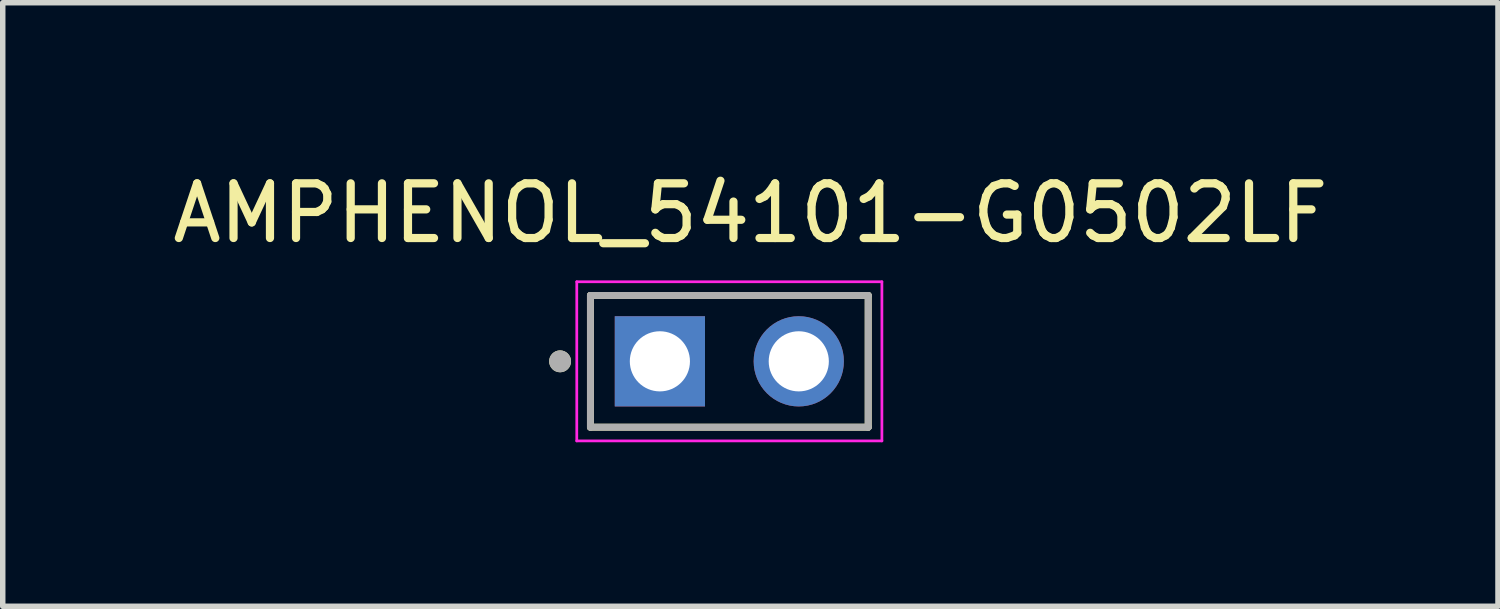
<source format=kicad_pcb>
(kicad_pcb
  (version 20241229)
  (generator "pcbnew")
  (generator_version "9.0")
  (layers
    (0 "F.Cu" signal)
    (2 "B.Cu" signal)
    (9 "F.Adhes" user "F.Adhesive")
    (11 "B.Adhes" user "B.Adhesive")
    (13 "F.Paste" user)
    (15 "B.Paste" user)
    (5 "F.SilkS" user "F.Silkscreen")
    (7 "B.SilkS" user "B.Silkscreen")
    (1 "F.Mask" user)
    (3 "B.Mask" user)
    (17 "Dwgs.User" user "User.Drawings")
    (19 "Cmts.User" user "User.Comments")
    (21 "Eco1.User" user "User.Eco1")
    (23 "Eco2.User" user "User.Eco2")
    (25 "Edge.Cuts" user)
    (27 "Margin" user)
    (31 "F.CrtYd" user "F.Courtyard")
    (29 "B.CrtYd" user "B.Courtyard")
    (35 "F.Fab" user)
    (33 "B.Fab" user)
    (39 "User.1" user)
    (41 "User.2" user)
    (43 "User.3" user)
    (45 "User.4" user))
  (footprint "AMPHENOL_54101-G0502LF"
    (layer "F.Cu")
    (at 10.288 3.558)
    (property "Reference" "AMPHENOL_54101-G0502LF" (at 0.385 -2.71 0) (layer "F.SilkS") (effects (font (size 1 1) (thickness 0.15))))
    (attr through_hole)
    (fp_line (start -2.54 -1.205) (end -2.54 1.205) (stroke (width 0.127) (type solid)) (layer "F.SilkS"))
    (fp_line (start -2.54 1.205) (end 2.54 1.205) (stroke (width 0.127) (type solid)) (layer "F.SilkS"))
    (fp_line (start 2.54 -1.205) (end -2.54 -1.205) (stroke (width 0.127) (type solid)) (layer "F.SilkS"))
    (fp_line (start 2.54 1.205) (end 2.54 -1.205) (stroke (width 0.127) (type solid)) (layer "F.SilkS"))
    (fp_circle (center -3.095 0) (end -2.995 0) (stroke (width 0.2) (type solid)) (fill no) (layer "F.SilkS"))
    (fp_line (start -2.79 -1.455) (end -2.79 1.455) (stroke (width 0.05) (type solid)) (layer "F.CrtYd"))
    (fp_line (start -2.79 1.455) (end 2.79 1.455) (stroke (width 0.05) (type solid)) (layer "F.CrtYd"))
    (fp_line (start 2.79 -1.455) (end -2.79 -1.455) (stroke (width 0.05) (type solid)) (layer "F.CrtYd"))
    (fp_line (start 2.79 1.455) (end 2.79 -1.455) (stroke (width 0.05) (type solid)) (layer "F.CrtYd"))
    (fp_line (start -2.54 -1.205) (end -2.54 1.205) (stroke (width 0.127) (type solid)) (layer "F.Fab"))
    (fp_line (start -2.54 1.205) (end 2.54 1.205) (stroke (width 0.127) (type solid)) (layer "F.Fab"))
    (fp_line (start 2.54 -1.205) (end -2.54 -1.205) (stroke (width 0.127) (type solid)) (layer "F.Fab"))
    (fp_line (start 2.54 1.205) (end 2.54 -1.205) (stroke (width 0.127) (type solid)) (layer "F.Fab"))
    (fp_circle (center -3.095 0) (end -2.995 0) (stroke (width 0.2) (type solid)) (fill no) (layer "F.Fab"))
    (pad "A1" thru_hole rect (at -1.27 0) (size 1.65 1.65) (drill 1.1) (layers "*.Cu" "*.Mask"))
    (pad "A2" thru_hole circle (at 1.27 0) (size 1.65 1.65) (drill 1.1) (layers "*.Cu" "*.Mask")))
  (gr_rect
    (start -3 -3)
    (end 24.345 8.038)
    (stroke (width 0.1) (type default))
    (fill no)
    (layer "Edge.Cuts")))
</source>
